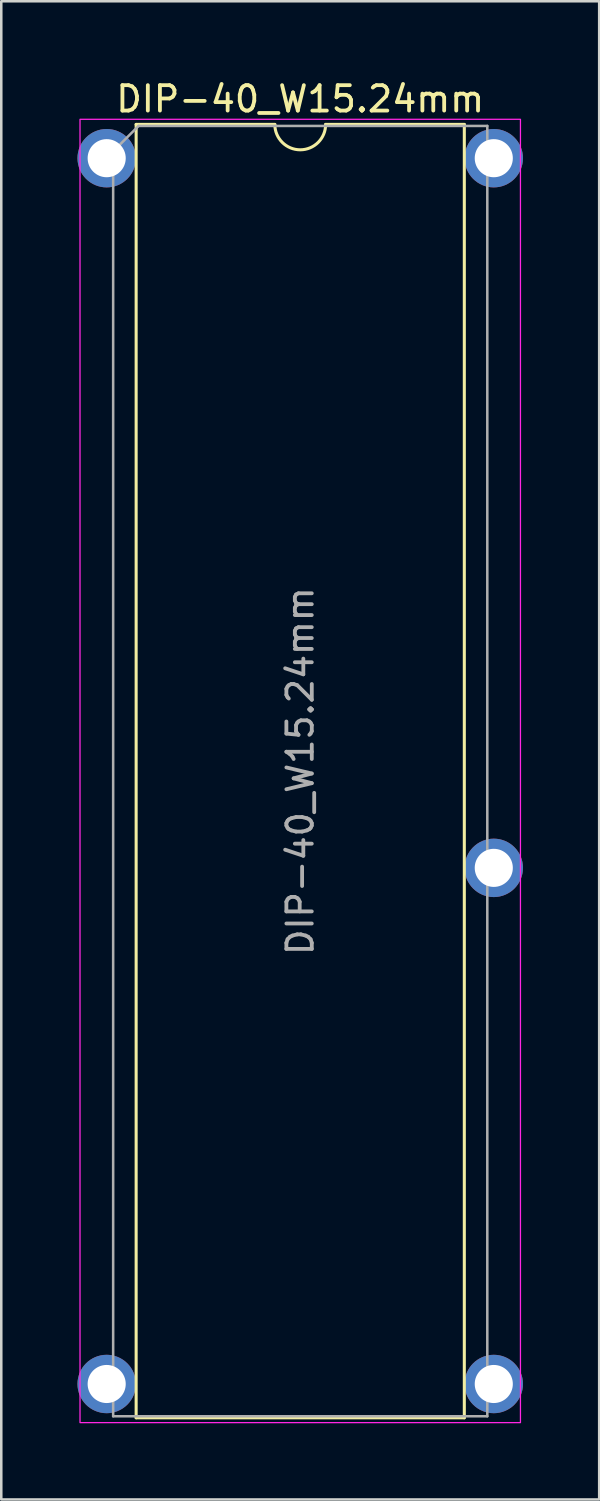
<source format=kicad_pcb>
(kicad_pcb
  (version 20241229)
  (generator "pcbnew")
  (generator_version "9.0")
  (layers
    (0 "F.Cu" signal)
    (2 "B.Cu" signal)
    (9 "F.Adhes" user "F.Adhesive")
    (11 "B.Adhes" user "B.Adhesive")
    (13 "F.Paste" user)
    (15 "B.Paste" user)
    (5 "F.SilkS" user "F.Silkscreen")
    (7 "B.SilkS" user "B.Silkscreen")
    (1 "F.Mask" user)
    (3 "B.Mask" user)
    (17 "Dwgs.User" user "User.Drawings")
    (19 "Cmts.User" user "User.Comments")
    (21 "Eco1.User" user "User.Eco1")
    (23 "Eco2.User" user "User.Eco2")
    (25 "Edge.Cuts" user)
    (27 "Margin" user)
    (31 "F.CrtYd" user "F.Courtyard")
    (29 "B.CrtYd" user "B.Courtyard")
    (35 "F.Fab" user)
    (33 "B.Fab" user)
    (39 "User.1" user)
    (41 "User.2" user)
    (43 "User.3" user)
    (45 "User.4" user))
  (footprint "DIP-40_W15.24mm"
    (layer "F.Cu")
    (at 1.15 3.178)
    (property "Reference" "DIP-40_W15.24mm" (at 7.62 -2.33 0) (layer "F.SilkS") (effects (font (size 1 1) (thickness 0.15))))
    (attr through_hole)
    (fp_line (start 1.16 -1.33) (end 1.16 49.59) (stroke (width 0.12) (type solid)) (layer "F.SilkS"))
    (fp_line (start 1.16 49.59) (end 14.08 49.59) (stroke (width 0.12) (type solid)) (layer "F.SilkS"))
    (fp_line (start 6.62 -1.33) (end 1.16 -1.33) (stroke (width 0.12) (type solid)) (layer "F.SilkS"))
    (fp_line (start 14.08 -1.33) (end 8.62 -1.33) (stroke (width 0.12) (type solid)) (layer "F.SilkS"))
    (fp_line (start 14.08 49.59) (end 14.08 -1.33) (stroke (width 0.12) (type solid)) (layer "F.SilkS"))
    (fp_arc (start 8.62 -1.33) (mid 7.62 -0.33) (end 6.62 -1.33) (stroke (width 0.12) (type solid)) (layer "F.SilkS"))
    (fp_rect (start -1.05 -1.53) (end 16.29 49.78) (stroke (width 0.05) (type solid)) (fill no) (layer "F.CrtYd"))
    (fp_line (start 0.255 -0.27) (end 1.255 -1.27) (stroke (width 0.1) (type solid)) (layer "F.Fab"))
    (fp_line (start 0.255 49.53) (end 0.255 -0.27) (stroke (width 0.1) (type solid)) (layer "F.Fab"))
    (fp_line (start 1.255 -1.27) (end 14.985 -1.27) (stroke (width 0.1) (type solid)) (layer "F.Fab"))
    (fp_line (start 14.985 -1.27) (end 14.985 49.53) (stroke (width 0.1) (type solid)) (layer "F.Fab"))
    (fp_line (start 14.985 49.53) (end 0.255 49.53) (stroke (width 0.1) (type solid)) (layer "F.Fab"))
    (fp_text user "${REFERENCE}" (at 7.62 24.13 90) (layer "F.Fab") (effects (font (size 1 1) (thickness 0.15))))
    (pad "1" thru_hole circle (at 0 0) (size 2.3 2.3) (drill 1.5) (layers "*.Cu" "*.Mask"))
    (pad "20" thru_hole circle (at 0 48.26) (size 2.3 2.3) (drill 1.5) (layers "*.Cu" "*.Mask"))
    (pad "21" thru_hole circle (at 15.24 48.26) (size 2.3 2.3) (drill 1.5) (layers "*.Cu" "*.Mask"))
    (pad "29" thru_hole circle (at 15.24 27.94) (size 2.3 2.3) (drill 1.5) (layers "*.Cu" "*.Mask"))
    (pad "40" thru_hole circle (at 15.24 0) (size 2.3 2.3) (drill 1.5) (layers "*.Cu" "*.Mask")))
  (gr_rect
    (start -3 -3)
    (end 20.54 55.983)
    (stroke (width 0.1) (type default))
    (fill no)
    (layer "Edge.Cuts")))
</source>
